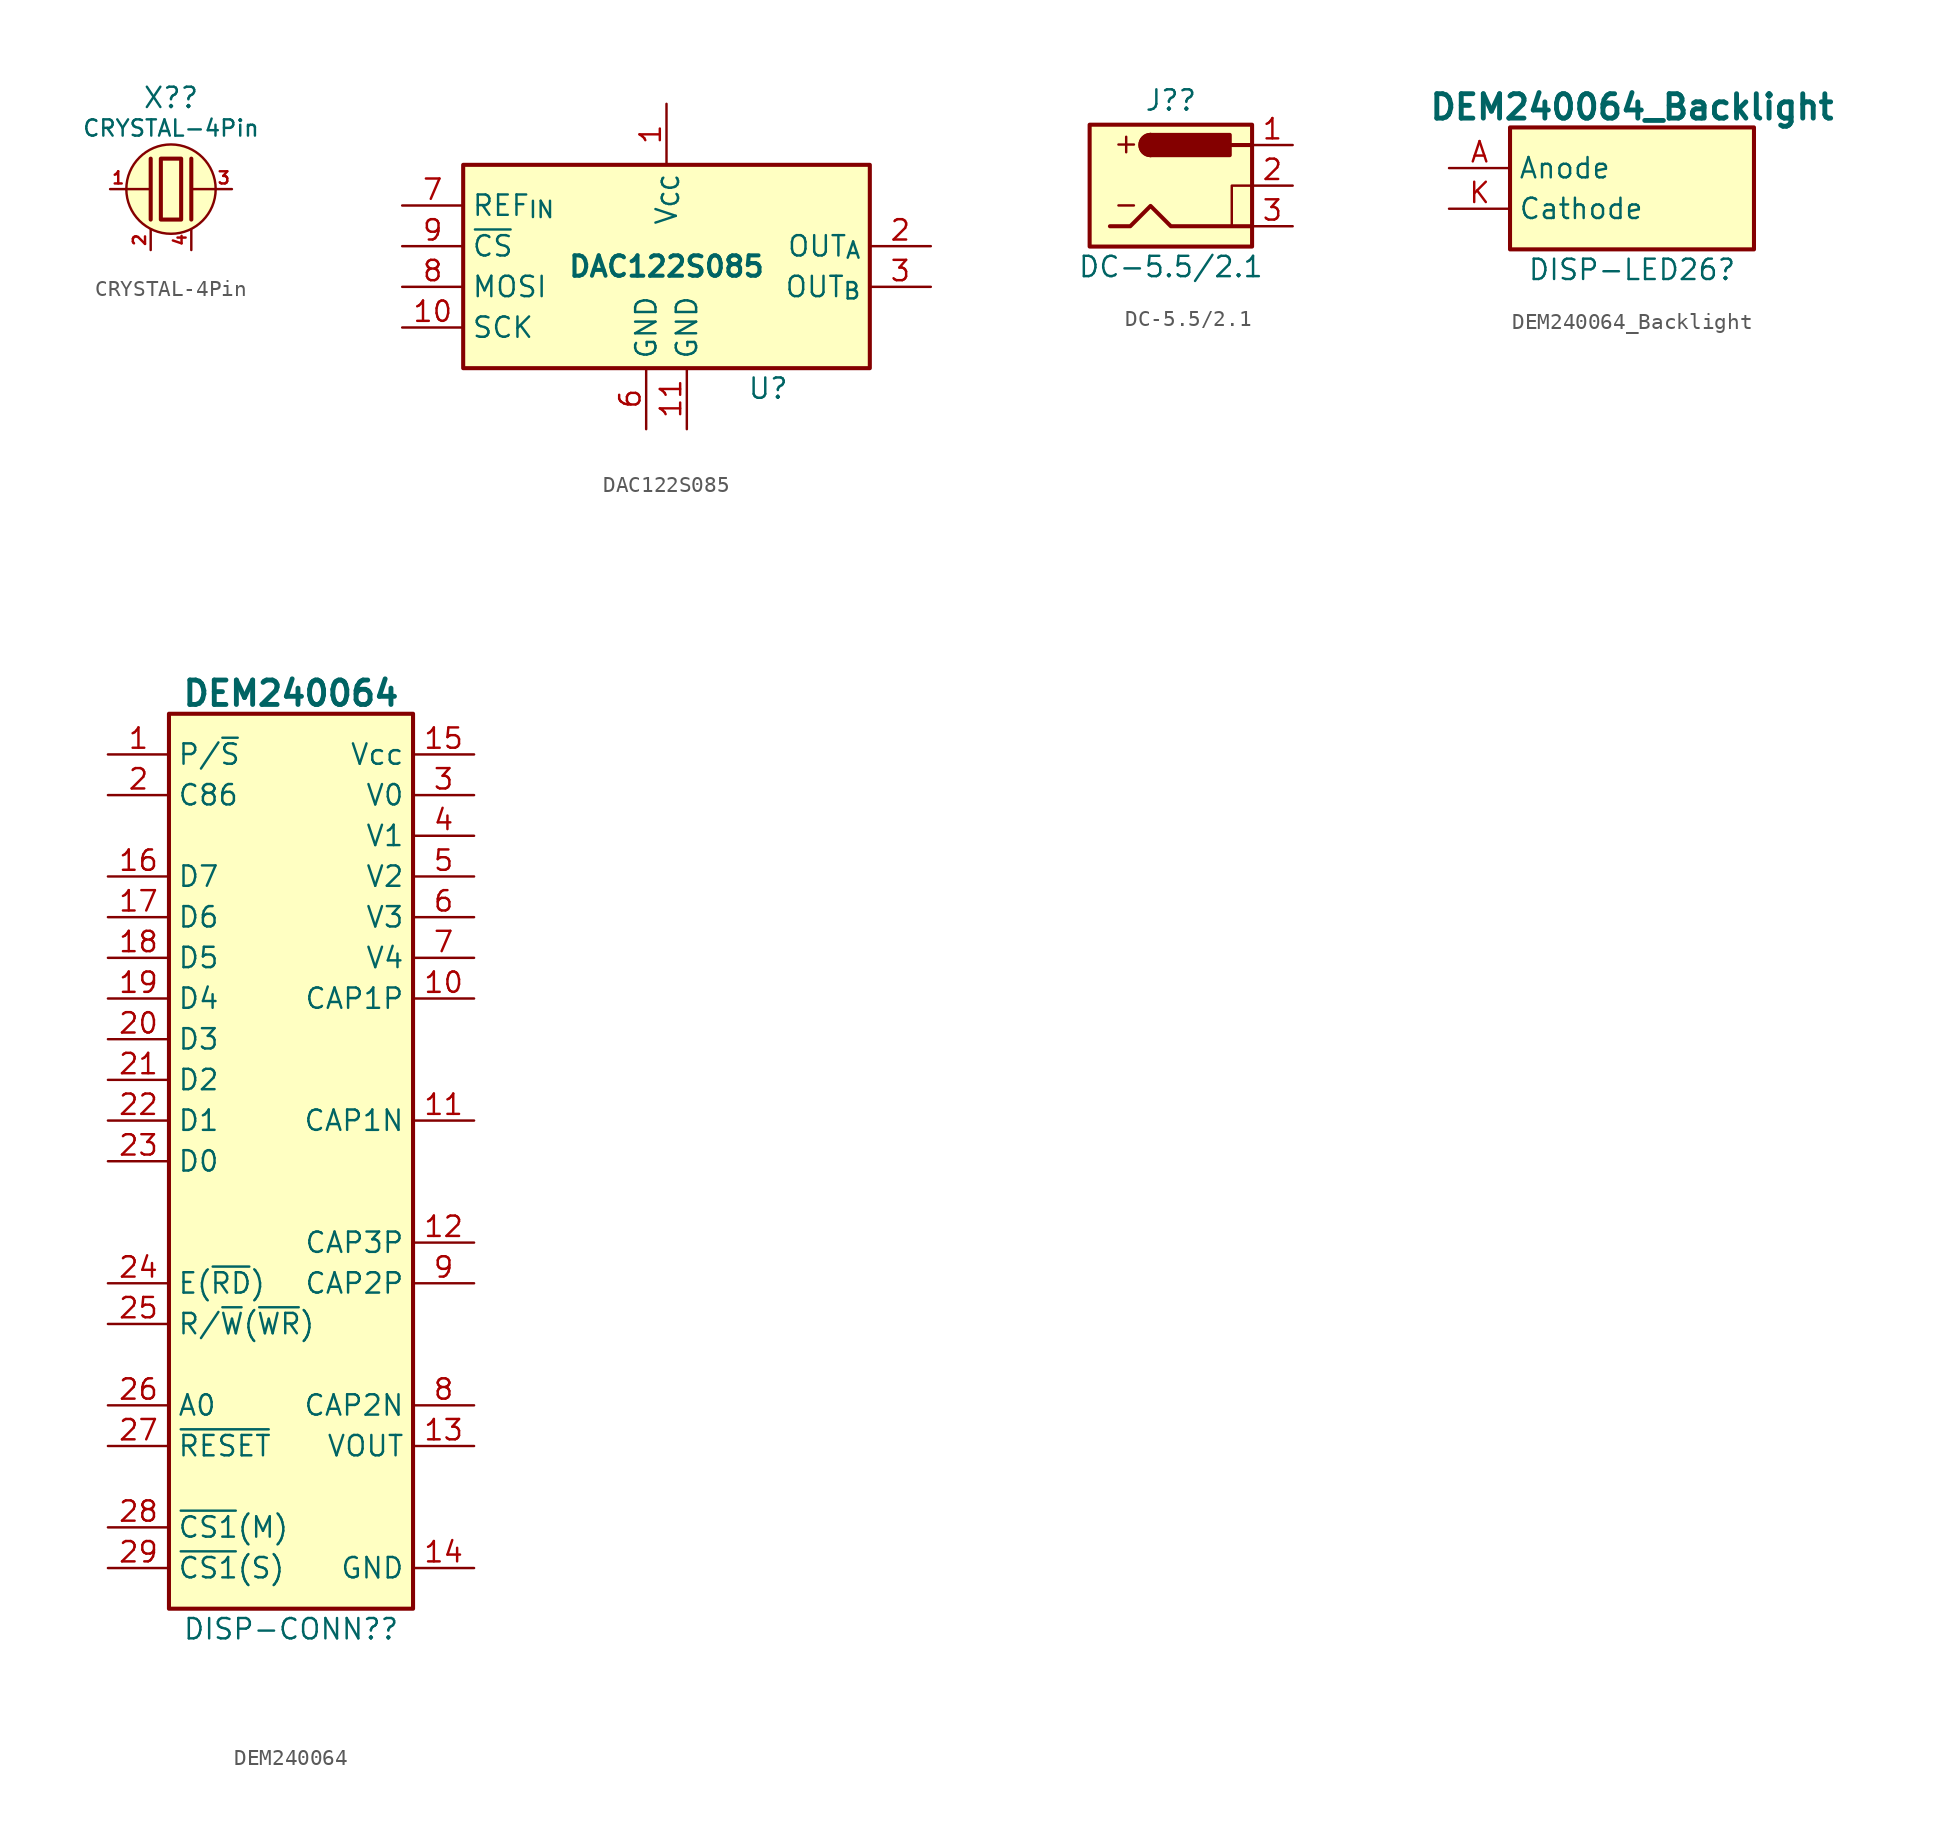
<source format=kicad_sym>
(kicad_symbol_lib
  (version 20231120)
  (generator "kicad_symbol_editor")
  (generator_version "8.0")
  (symbol "CRYSTAL-4Pin"
    (pin_names
      (offset 1.016) hide)
    (property "Reference" "X?"
      (at 0 5.715 0)
      (effects (font (size 1.27 1.27))))
    (property "Value" "CRYSTAL-4Pin"
      (at 0 3.81 0)
      (effects (font (size 1.016 1.016))))
    (symbol "CRYSTAL-4Pin_0_1"
      (rectangle (start -0.635 1.905) (end 0.635 -1.905) (stroke (width 0.254) (type default)) (fill (type background)))
      (polyline (pts (xy -1.27 0) (xy -2.794 0)) (stroke (width 0.152) (type default)) (fill (type none)))
      (polyline (pts (xy 1.27 0) (xy 2.794 0)) (stroke (width 0.152) (type default)) (fill (type none)))
      (polyline (pts (xy -1.27 1.905) (xy -1.27 -1.905) (xy -1.27 -1.905)) (stroke (width 0.254) (type default)) (fill (type none)))
      (polyline (pts (xy 1.27 1.905) (xy 1.27 -1.905) (xy 1.27 -1.905)) (stroke (width 0.254) (type default)) (fill (type none)))
      (circle (center 0 0) (radius 2.794) (stroke (width 0.152) (type default)) (fill (type background))))
    (symbol "CRYSTAL-4Pin_1_1"
      (pin passive line (at -3.81 0 0) (length 1.016) (name "1" (effects (font (size 0.762 0.762)))) (number "1" (effects (font (size 0.762 0.762)))))
      (pin passive line (at -1.27 -3.81 90) (length 1.27) (name "2" (effects (font (size 0.762 0.762)))) (number "2" (effects (font (size 0.762 0.762)))))
      (pin passive line (at 3.81 0 180) (length 1.016) (name "3" (effects (font (size 0.762 0.762)))) (number "3" (effects (font (size 0.762 0.762)))))
      (pin passive line (at 1.27 -3.81 90) (length 1.27) (name "2" (effects (font (size 0.762 0.762)))) (number "4" (effects (font (size 0.762 0.762)))))))
  (symbol "DAC122S085"
    (property "Reference" "U"
      (at 6.35 -7.62 0)
      (effects (font (size 1.27 1.27))))
    (property "Value" "DAC122S085"
      (at 0 0 0)
      (effects (font (size 1.27 1.27) (bold yes))))
    (symbol "DAC122S085_0_1"
      (rectangle (start -12.7 6.35) (end 12.7 -6.35) (stroke (width 0.254) (type default)) (fill (type background))))
    (symbol "DAC122S085_1_1"
      (pin passive line (at 0 10.16 270) (length 3.81) (name "V_{CC}" (effects (font (size 1.27 1.27)))) (number "1" (effects (font (size 1.27 1.27)))))
      (pin passive line (at -16.51 -3.81 0) (length 3.81) (name "SCK" (effects (font (size 1.27 1.27)))) (number "10" (effects (font (size 1.27 1.27)))))
      (pin passive line (at 1.27 -10.16 90) (length 3.81) (name "GND" (effects (font (size 1.27 1.27)))) (number "11" (effects (font (size 1.27 1.27)))))
      (pin passive line (at 16.51 1.27 180) (length 3.81) (name "OUT_{A}" (effects (font (size 1.27 1.27)))) (number "2" (effects (font (size 1.27 1.27)))))
      (pin passive line (at 16.51 -1.27 180) (length 3.81) (name "OUT_{B}" (effects (font (size 1.27 1.27)))) (number "3" (effects (font (size 1.27 1.27)))))
      (pin passive line (at -1.27 -10.16 90) (length 3.81) (name "GND" (effects (font (size 1.27 1.27)))) (number "6" (effects (font (size 1.27 1.27)))))
      (pin passive line (at -16.51 3.81 0) (length 3.81) (name "REF_{IN}" (effects (font (size 1.27 1.27)))) (number "7" (effects (font (size 1.27 1.27)))))
      (pin passive line (at -16.51 -1.27 0) (length 3.81) (name "MOSI" (effects (font (size 1.27 1.27)))) (number "8" (effects (font (size 1.27 1.27)))))
      (pin passive line (at -16.51 1.27 0) (length 3.81) (name "~{CS}" (effects (font (size 1.27 1.27)))) (number "9" (effects (font (size 1.27 1.27)))))))
  (symbol "DC-5.5/2.1"
    (pin_names
      (offset 1.016))
    (property "Reference" "J?"
      (at 0 5.334 0)
      (effects (font (size 1.27 1.27))))
    (property "Value" "DC-5.5{slash}2.1"
      (at 0 -5.08 0)
      (effects (font (size 1.27 1.27))))
    (symbol "DC-5.5/2.1_0_0"
      (text "+" (at -2.794 2.667 0) (effects (font (size 1.27 1.27))))
      (text "-" (at -2.794 -1.143 0) (effects (font (size 1.27 1.27)))))
    (symbol "DC-5.5/2.1_0_1"
      (rectangle (start -5.08 3.81) (end 5.08 -3.81) (stroke (width 0.254) (type default)) (fill (type background)))
      (arc (start -1.27 3.175) (mid -1.9023 2.54) (end -1.27 1.905) (stroke (width 0.254) (type default)) (fill (type none)))
      (arc (start -1.27 3.175) (mid -1.9023 2.54) (end -1.27 1.905) (stroke (width 0.254) (type default)) (fill (type outline)))
      (rectangle (start -1.27 3.175) (end 3.683 1.905) (stroke (width 0.254) (type default)) (fill (type outline)))
      (polyline (pts (xy 5.08 2.54) (xy 3.81 2.54)) (stroke (width 0.254) (type default)) (fill (type none)))
      (polyline (pts (xy 5.08 0) (xy 3.81 0) (xy 3.81 -2.54)) (stroke (width 0.152) (type default)) (fill (type none)))
      (polyline (pts (xy -3.81 -2.54) (xy -2.54 -2.54) (xy -1.27 -1.27) (xy 0 -2.54) (xy 2.54 -2.54) (xy 5.08 -2.54)) (stroke (width 0.254) (type default)) (fill (type none))))
    (symbol "DC-5.5/2.1_1_1"
      (pin passive line (at 7.62 2.54 180) (length 2.54) (name "~" (effects (font (size 1.27 1.27)))) (number "1" (effects (font (size 1.27 1.27)))))
      (pin passive line (at 7.62 0 180) (length 2.54) (name "~" (effects (font (size 1.27 1.27)))) (number "2" (effects (font (size 1.27 1.27)))))
      (pin passive line (at 7.62 -2.54 180) (length 2.54) (name "~" (effects (font (size 1.27 1.27)))) (number "3" (effects (font (size 1.27 1.27)))))))
  (symbol "DEM240064_Backlight"
    (property "Reference" "DISP-LED26"
      (at 0 -5.08 0)
      (effects (font (size 1.27 1.27))))
    (property "Value" "DEM240064_Backlight"
      (at 0 5.08 0)
      (effects (font (size 1.524 1.524) (bold yes))))
    (symbol "DEM240064_Backlight_1_1"
      (rectangle (start -7.62 3.81) (end 7.62 -3.81) (stroke (width 0.254) (type default)) (fill (type background)))
      (pin passive line (at -11.43 1.27 0) (length 3.81) (name "Anode" (effects (font (size 1.27 1.27)))) (number "A" (effects (font (size 1.27 1.27)))))
      (pin passive line (at -11.43 -1.27 0) (length 3.81) (name "Cathode" (effects (font (size 1.27 1.27)))) (number "K" (effects (font (size 1.27 1.27)))))))
  (symbol "DEM240064"
    (property "Reference" "DISP-CONN?"
      (at 0 -29.21 0)
      (effects (font (size 1.27 1.27))))
    (property "Value" "DEM240064"
      (at 0 29.21 0)
      (effects (font (size 1.524 1.524) (bold yes))))
    (symbol "DEM240064_1_1"
      (rectangle (start -7.62 27.94) (end 7.62 -27.94) (stroke (width 0.254) (type default)) (fill (type background)))
      (pin passive line (at -11.43 25.4 0) (length 3.81) (name "P/~{S}" (effects (font (size 1.27 1.27)))) (number "1" (effects (font (size 1.27 1.27)))))
      (pin passive line (at 11.43 10.16 180) (length 3.81) (name "CAP1P" (effects (font (size 1.27 1.27)))) (number "10" (effects (font (size 1.27 1.27)))))
      (pin passive line (at 11.43 2.54 180) (length 3.81) (name "CAP1N" (effects (font (size 1.27 1.27)))) (number "11" (effects (font (size 1.27 1.27)))))
      (pin passive line (at 11.43 -5.08 180) (length 3.81) (name "CAP3P" (effects (font (size 1.27 1.27)))) (number "12" (effects (font (size 1.27 1.27)))))
      (pin passive line (at 11.43 -17.78 180) (length 3.81) (name "VOUT" (effects (font (size 1.27 1.27)))) (number "13" (effects (font (size 1.27 1.27)))))
      (pin passive line (at 11.43 -25.4 180) (length 3.81) (name "GND" (effects (font (size 1.27 1.27)))) (number "14" (effects (font (size 1.27 1.27)))))
      (pin passive line (at 11.43 25.4 180) (length 3.81) (name "Vcc" (effects (font (size 1.27 1.27)))) (number "15" (effects (font (size 1.27 1.27)))))
      (pin passive line (at -11.43 17.78 0) (length 3.81) (name "D7" (effects (font (size 1.27 1.27)))) (number "16" (effects (font (size 1.27 1.27)))))
      (pin passive line (at -11.43 15.24 0) (length 3.81) (name "D6" (effects (font (size 1.27 1.27)))) (number "17" (effects (font (size 1.27 1.27)))))
      (pin passive line (at -11.43 12.7 0) (length 3.81) (name "D5" (effects (font (size 1.27 1.27)))) (number "18" (effects (font (size 1.27 1.27)))))
      (pin passive line (at -11.43 10.16 0) (length 3.81) (name "D4" (effects (font (size 1.27 1.27)))) (number "19" (effects (font (size 1.27 1.27)))))
      (pin passive line (at -11.43 22.86 0) (length 3.81) (name "C86" (effects (font (size 1.27 1.27)))) (number "2" (effects (font (size 1.27 1.27)))))
      (pin passive line (at -11.43 7.62 0) (length 3.81) (name "D3" (effects (font (size 1.27 1.27)))) (number "20" (effects (font (size 1.27 1.27)))))
      (pin passive line (at -11.43 5.08 0) (length 3.81) (name "D2" (effects (font (size 1.27 1.27)))) (number "21" (effects (font (size 1.27 1.27)))))
      (pin passive line (at -11.43 2.54 0) (length 3.81) (name "D1" (effects (font (size 1.27 1.27)))) (number "22" (effects (font (size 1.27 1.27)))))
      (pin passive line (at -11.43 0 0) (length 3.81) (name "D0" (effects (font (size 1.27 1.27)))) (number "23" (effects (font (size 1.27 1.27)))))
      (pin passive line (at -11.43 -7.62 0) (length 3.81) (name "E(~{RD})" (effects (font (size 1.27 1.27)))) (number "24" (effects (font (size 1.27 1.27)))))
      (pin passive line (at -11.43 -10.16 0) (length 3.81) (name "R/~{W}(~{WR})" (effects (font (size 1.27 1.27)))) (number "25" (effects (font (size 1.27 1.27)))))
      (pin passive line (at -11.43 -15.24 0) (length 3.81) (name "A0" (effects (font (size 1.27 1.27)))) (number "26" (effects (font (size 1.27 1.27)))))
      (pin passive line (at -11.43 -17.78 0) (length 3.81) (name "~{RESET}" (effects (font (size 1.27 1.27)))) (number "27" (effects (font (size 1.27 1.27)))))
      (pin passive line (at -11.43 -22.86 0) (length 3.81) (name "~{CS1}(M)" (effects (font (size 1.27 1.27)))) (number "28" (effects (font (size 1.27 1.27)))))
      (pin passive line (at -11.43 -25.4 0) (length 3.81) (name "~{CS1}(S)" (effects (font (size 1.27 1.27)))) (number "29" (effects (font (size 1.27 1.27)))))
      (pin passive line (at 11.43 22.86 180) (length 3.81) (name "V0" (effects (font (size 1.27 1.27)))) (number "3" (effects (font (size 1.27 1.27)))))
      (pin passive line (at 11.43 20.32 180) (length 3.81) (name "V1" (effects (font (size 1.27 1.27)))) (number "4" (effects (font (size 1.27 1.27)))))
      (pin passive line (at 11.43 17.78 180) (length 3.81) (name "V2" (effects (font (size 1.27 1.27)))) (number "5" (effects (font (size 1.27 1.27)))))
      (pin passive line (at 11.43 15.24 180) (length 3.81) (name "V3" (effects (font (size 1.27 1.27)))) (number "6" (effects (font (size 1.27 1.27)))))
      (pin passive line (at 11.43 12.7 180) (length 3.81) (name "V4" (effects (font (size 1.27 1.27)))) (number "7" (effects (font (size 1.27 1.27)))))
      (pin passive line (at 11.43 -15.24 180) (length 3.81) (name "CAP2N" (effects (font (size 1.27 1.27)))) (number "8" (effects (font (size 1.27 1.27)))))
      (pin passive line (at 11.43 -7.62 180) (length 3.81) (name "CAP2P" (effects (font (size 1.27 1.27)))) (number "9" (effects (font (size 1.27 1.27))))))))
</source>
